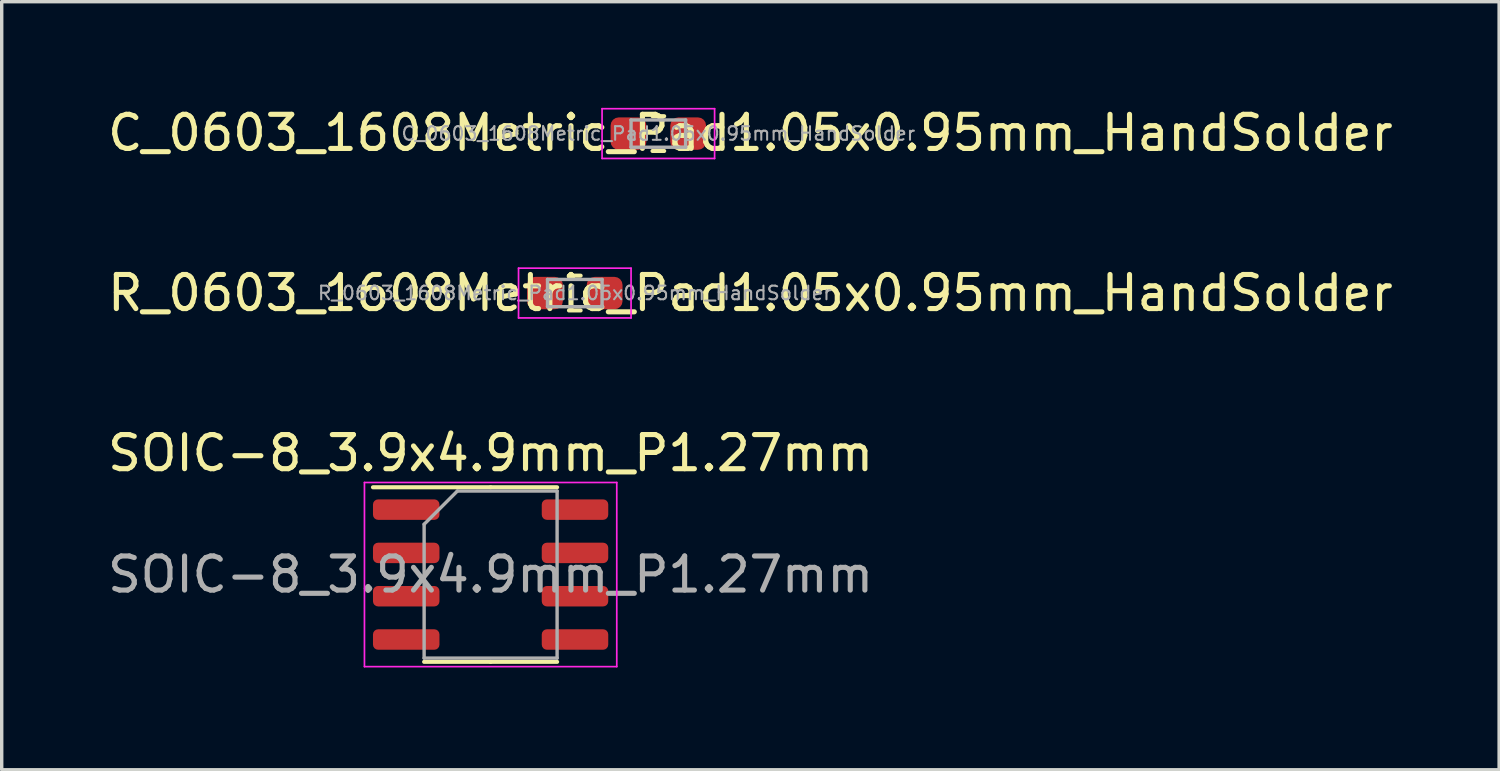
<source format=kicad_pcb>
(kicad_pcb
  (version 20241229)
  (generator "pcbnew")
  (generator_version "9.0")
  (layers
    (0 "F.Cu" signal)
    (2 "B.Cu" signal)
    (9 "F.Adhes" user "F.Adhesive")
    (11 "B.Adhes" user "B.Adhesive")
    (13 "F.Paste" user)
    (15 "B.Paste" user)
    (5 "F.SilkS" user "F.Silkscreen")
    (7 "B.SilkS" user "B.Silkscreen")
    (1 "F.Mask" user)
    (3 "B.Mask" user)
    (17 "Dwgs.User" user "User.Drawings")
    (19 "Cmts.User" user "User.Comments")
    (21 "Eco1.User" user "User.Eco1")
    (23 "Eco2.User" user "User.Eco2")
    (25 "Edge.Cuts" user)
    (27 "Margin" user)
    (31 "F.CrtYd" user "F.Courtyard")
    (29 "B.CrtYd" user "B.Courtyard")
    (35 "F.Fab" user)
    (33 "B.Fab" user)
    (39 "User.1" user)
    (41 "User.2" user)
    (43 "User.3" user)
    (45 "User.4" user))
  (footprint "C_0603_1608Metric_Pad1.05x0.95mm_HandSolder"
    (layer "F.Cu")
    (at 16.258 0.868)
    (property "Reference" "C_0603_1608Metric_Pad1.05x0.95mm_HandSolder" (at 2.7 -0.02 0) (layer "F.SilkS") (effects (font (size 1 1) (thickness 0.15))))
    (attr smd)
    (fp_line (start -0.171 -0.51) (end 0.171 -0.51) (stroke (width 0.12) (type solid)) (layer "F.SilkS"))
    (fp_line (start -0.171 0.51) (end 0.171 0.51) (stroke (width 0.12) (type solid)) (layer "F.SilkS"))
    (fp_line (start -1.65 -0.73) (end 1.65 -0.73) (stroke (width 0.05) (type solid)) (layer "F.CrtYd"))
    (fp_line (start -1.65 0.73) (end -1.65 -0.73) (stroke (width 0.05) (type solid)) (layer "F.CrtYd"))
    (fp_line (start 1.65 -0.73) (end 1.65 0.73) (stroke (width 0.05) (type solid)) (layer "F.CrtYd"))
    (fp_line (start 1.65 0.73) (end -1.65 0.73) (stroke (width 0.05) (type solid)) (layer "F.CrtYd"))
    (fp_line (start -0.8 -0.4) (end 0.8 -0.4) (stroke (width 0.1) (type solid)) (layer "F.Fab"))
    (fp_line (start -0.8 0.4) (end -0.8 -0.4) (stroke (width 0.1) (type solid)) (layer "F.Fab"))
    (fp_line (start 0.8 -0.4) (end 0.8 0.4) (stroke (width 0.1) (type solid)) (layer "F.Fab"))
    (fp_line (start 0.8 0.4) (end -0.8 0.4) (stroke (width 0.1) (type solid)) (layer "F.Fab"))
    (fp_text user "${REFERENCE}" (at 0 0 0) (layer "F.Fab") (effects (font (size 0.4 0.4) (thickness 0.06))))
    (pad "1" smd roundrect (at -0.875 0) (size 1.05 0.95) (layers "F.Cu" "F.Mask" "F.Paste") (roundrect_rratio 0.25))
    (pad "2" smd roundrect (at 0.875 0) (size 1.05 0.95) (layers "F.Cu" "F.Mask" "F.Paste") (roundrect_rratio 0.25)))
  (footprint "R_0603_1608Metric_Pad1.05x0.95mm_HandSolder"
    (layer "F.Cu")
    (at 13.808 5.545)
    (property "Reference" "R_0603_1608Metric_Pad1.05x0.95mm_HandSolder" (at 5.15 0 0) (layer "F.SilkS") (effects (font (size 1 1) (thickness 0.15))))
    (attr smd)
    (fp_line (start -0.171 -0.51) (end 0.171 -0.51) (stroke (width 0.12) (type solid)) (layer "F.SilkS"))
    (fp_line (start -0.171 0.51) (end 0.171 0.51) (stroke (width 0.12) (type solid)) (layer "F.SilkS"))
    (fp_line (start -1.65 -0.73) (end 1.65 -0.73) (stroke (width 0.05) (type solid)) (layer "F.CrtYd"))
    (fp_line (start -1.65 0.73) (end -1.65 -0.73) (stroke (width 0.05) (type solid)) (layer "F.CrtYd"))
    (fp_line (start 1.65 -0.73) (end 1.65 0.73) (stroke (width 0.05) (type solid)) (layer "F.CrtYd"))
    (fp_line (start 1.65 0.73) (end -1.65 0.73) (stroke (width 0.05) (type solid)) (layer "F.CrtYd"))
    (fp_line (start -0.8 -0.4) (end 0.8 -0.4) (stroke (width 0.1) (type solid)) (layer "F.Fab"))
    (fp_line (start -0.8 0.4) (end -0.8 -0.4) (stroke (width 0.1) (type solid)) (layer "F.Fab"))
    (fp_line (start 0.8 -0.4) (end 0.8 0.4) (stroke (width 0.1) (type solid)) (layer "F.Fab"))
    (fp_line (start 0.8 0.4) (end -0.8 0.4) (stroke (width 0.1) (type solid)) (layer "F.Fab"))
    (fp_text user "${REFERENCE}" (at 0 0 0) (layer "F.Fab") (effects (font (size 0.4 0.4) (thickness 0.06))))
    (pad "1" smd roundrect (at -0.875 0) (size 1.05 0.95) (layers "F.Cu" "F.Mask" "F.Paste") (roundrect_rratio 0.25))
    (pad "2" smd roundrect (at 0.875 0) (size 1.05 0.95) (layers "F.Cu" "F.Mask" "F.Paste") (roundrect_rratio 0.25)))
  (footprint "SOIC-8_3.9x4.9mm_P1.27mm"
    (layer "F.Cu")
    (at 11.339 13.801)
    (property "Reference" "SOIC-8_3.9x4.9mm_P1.27mm" (at 0 -3.56 0) (layer "F.SilkS") (effects (font (size 1 1) (thickness 0.15))))
    (attr smd)
    (fp_line (start 0 -2.56) (end -3.45 -2.56) (stroke (width 0.12) (type solid)) (layer "F.SilkS"))
    (fp_line (start 0 -2.56) (end 1.95 -2.56) (stroke (width 0.12) (type solid)) (layer "F.SilkS"))
    (fp_line (start 0 2.56) (end -1.95 2.56) (stroke (width 0.12) (type solid)) (layer "F.SilkS"))
    (fp_line (start 0 2.56) (end 1.95 2.56) (stroke (width 0.12) (type solid)) (layer "F.SilkS"))
    (fp_line (start -3.7 -2.7) (end -3.7 2.7) (stroke (width 0.05) (type solid)) (layer "F.CrtYd"))
    (fp_line (start -3.7 2.7) (end 3.7 2.7) (stroke (width 0.05) (type solid)) (layer "F.CrtYd"))
    (fp_line (start 3.7 -2.7) (end -3.7 -2.7) (stroke (width 0.05) (type solid)) (layer "F.CrtYd"))
    (fp_line (start 3.7 2.7) (end 3.7 -2.7) (stroke (width 0.05) (type solid)) (layer "F.CrtYd"))
    (fp_line (start -1.95 -1.475) (end -0.975 -2.45) (stroke (width 0.1) (type solid)) (layer "F.Fab"))
    (fp_line (start -1.95 2.45) (end -1.95 -1.475) (stroke (width 0.1) (type solid)) (layer "F.Fab"))
    (fp_line (start -0.975 -2.45) (end 1.95 -2.45) (stroke (width 0.1) (type solid)) (layer "F.Fab"))
    (fp_line (start 1.95 -2.45) (end 1.95 2.45) (stroke (width 0.1) (type solid)) (layer "F.Fab"))
    (fp_line (start 1.95 2.45) (end -1.95 2.45) (stroke (width 0.1) (type solid)) (layer "F.Fab"))
    (fp_text user "${REFERENCE}" (at 0 0 0) (layer "F.Fab") (effects (font (size 1 1) (thickness 0.15))))
    (pad "1" smd roundrect (at -2.475 -1.905) (size 1.95 0.6) (layers "F.Cu" "F.Mask" "F.Paste") (roundrect_rratio 0.25))
    (pad "2" smd roundrect (at -2.475 -0.635) (size 1.95 0.6) (layers "F.Cu" "F.Mask" "F.Paste") (roundrect_rratio 0.25))
    (pad "3" smd roundrect (at -2.475 0.635) (size 1.95 0.6) (layers "F.Cu" "F.Mask" "F.Paste") (roundrect_rratio 0.25))
    (pad "4" smd roundrect (at -2.475 1.905) (size 1.95 0.6) (layers "F.Cu" "F.Mask" "F.Paste") (roundrect_rratio 0.25))
    (pad "5" smd roundrect (at 2.475 1.905) (size 1.95 0.6) (layers "F.Cu" "F.Mask" "F.Paste") (roundrect_rratio 0.25))
    (pad "6" smd roundrect (at 2.475 0.635) (size 1.95 0.6) (layers "F.Cu" "F.Mask" "F.Paste") (roundrect_rratio 0.25))
    (pad "7" smd roundrect (at 2.475 -0.635) (size 1.95 0.6) (layers "F.Cu" "F.Mask" "F.Paste") (roundrect_rratio 0.25))
    (pad "8" smd roundrect (at 2.475 -1.905) (size 1.95 0.6) (layers "F.Cu" "F.Mask" "F.Paste") (roundrect_rratio 0.25)))
  (gr_rect
    (start -3 -3)
    (end 40.917 19.526)
    (stroke (width 0.1) (type default))
    (fill no)
    (layer "Edge.Cuts")))
</source>
